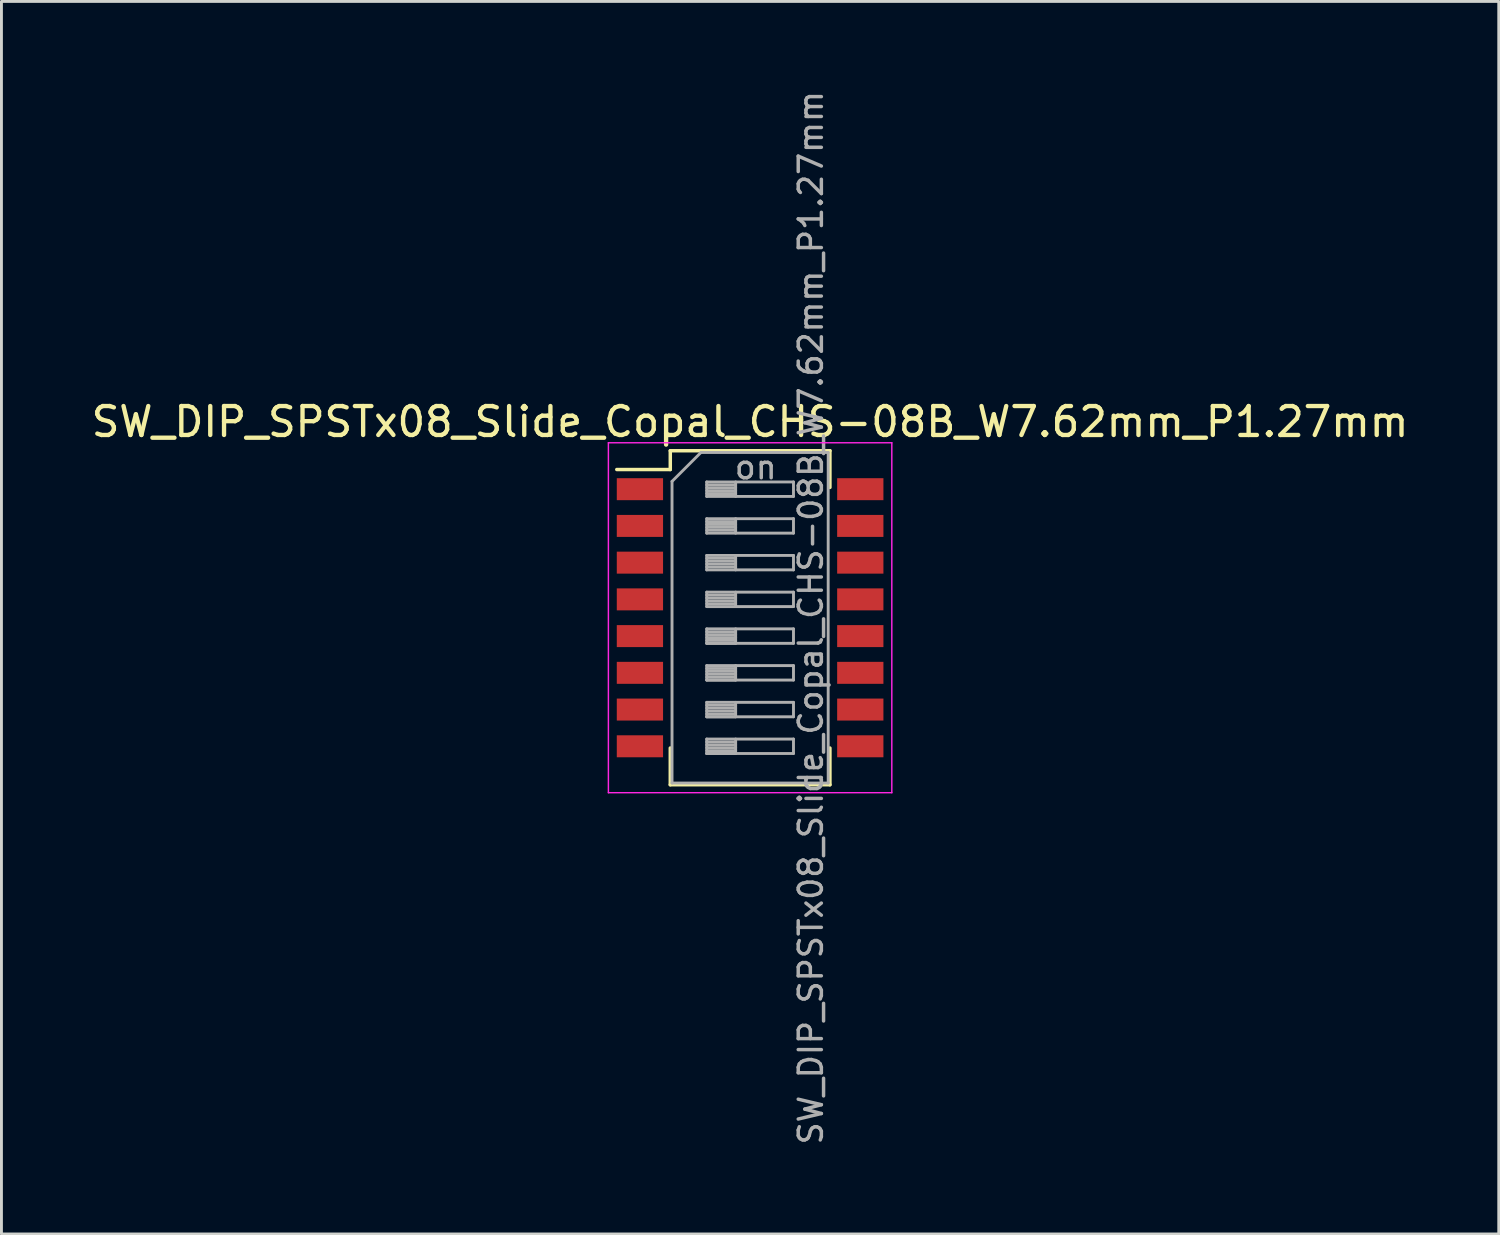
<source format=kicad_pcb>
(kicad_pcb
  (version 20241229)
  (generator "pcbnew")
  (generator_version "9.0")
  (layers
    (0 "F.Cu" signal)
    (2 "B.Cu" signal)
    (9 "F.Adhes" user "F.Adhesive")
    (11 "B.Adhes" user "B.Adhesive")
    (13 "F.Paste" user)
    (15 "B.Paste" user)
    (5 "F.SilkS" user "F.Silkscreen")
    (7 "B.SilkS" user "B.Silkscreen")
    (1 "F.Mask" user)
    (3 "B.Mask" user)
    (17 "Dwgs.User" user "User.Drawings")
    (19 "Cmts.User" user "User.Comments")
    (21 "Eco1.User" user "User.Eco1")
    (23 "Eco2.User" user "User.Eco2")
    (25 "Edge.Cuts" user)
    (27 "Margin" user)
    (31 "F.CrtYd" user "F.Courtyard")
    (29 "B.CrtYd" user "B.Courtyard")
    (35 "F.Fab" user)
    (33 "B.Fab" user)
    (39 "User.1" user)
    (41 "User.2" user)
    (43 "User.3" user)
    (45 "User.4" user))
  (footprint "SW_DIP_SPSTx08_Slide_Copal_CHS-08B_W7.62mm_P1.27mm"
    (layer "F.Cu")
    (at 22.887 18.31)
    (property "Reference" "SW_DIP_SPSTx08_Slide_Copal_CHS-08B_W7.62mm_P1.27mm" (at 0 -6.775 0) (layer "F.SilkS") (effects (font (size 1 1) (thickness 0.15))))
    (attr smd)
    (fp_line (start -4.61 -5.125) (end -2.76 -5.125) (stroke (width 0.12) (type solid)) (layer "F.SilkS"))
    (fp_line (start -2.76 -5.775) (end -2.76 -5.125) (stroke (width 0.12) (type solid)) (layer "F.SilkS"))
    (fp_line (start -2.76 -5.775) (end 2.76 -5.775) (stroke (width 0.12) (type solid)) (layer "F.SilkS"))
    (fp_line (start -2.76 4.505) (end -2.76 5.775) (stroke (width 0.12) (type solid)) (layer "F.SilkS"))
    (fp_line (start -2.76 5.775) (end 2.76 5.775) (stroke (width 0.12) (type solid)) (layer "F.SilkS"))
    (fp_line (start 2.76 -5.775) (end 2.76 -4.506) (stroke (width 0.12) (type solid)) (layer "F.SilkS"))
    (fp_line (start 2.76 4.505) (end 2.76 5.775) (stroke (width 0.12) (type solid)) (layer "F.SilkS"))
    (fp_line (start -4.9 -6.05) (end -4.9 6.05) (stroke (width 0.05) (type solid)) (layer "F.CrtYd"))
    (fp_line (start -4.9 6.05) (end 4.9 6.05) (stroke (width 0.05) (type solid)) (layer "F.CrtYd"))
    (fp_line (start 4.9 -6.05) (end -4.9 -6.05) (stroke (width 0.05) (type solid)) (layer "F.CrtYd"))
    (fp_line (start 4.9 6.05) (end 4.9 -6.05) (stroke (width 0.05) (type solid)) (layer "F.CrtYd"))
    (fp_line (start -2.7 -4.715) (end -1.7 -5.715) (stroke (width 0.1) (type solid)) (layer "F.Fab"))
    (fp_line (start -2.7 5.715) (end -2.7 -4.715) (stroke (width 0.1) (type solid)) (layer "F.Fab"))
    (fp_line (start -1.7 -5.715) (end 2.7 -5.715) (stroke (width 0.1) (type solid)) (layer "F.Fab"))
    (fp_line (start -1.5 -4.695) (end -1.5 -4.195) (stroke (width 0.1) (type solid)) (layer "F.Fab"))
    (fp_line (start -1.5 -4.595) (end -0.5 -4.595) (stroke (width 0.1) (type solid)) (layer "F.Fab"))
    (fp_line (start -1.5 -4.495) (end -0.5 -4.495) (stroke (width 0.1) (type solid)) (layer "F.Fab"))
    (fp_line (start -1.5 -4.395) (end -0.5 -4.395) (stroke (width 0.1) (type solid)) (layer "F.Fab"))
    (fp_line (start -1.5 -4.295) (end -0.5 -4.295) (stroke (width 0.1) (type solid)) (layer "F.Fab"))
    (fp_line (start -1.5 -4.195) (end 1.5 -4.195) (stroke (width 0.1) (type solid)) (layer "F.Fab"))
    (fp_line (start -1.5 -3.425) (end -1.5 -2.925) (stroke (width 0.1) (type solid)) (layer "F.Fab"))
    (fp_line (start -1.5 -3.325) (end -0.5 -3.325) (stroke (width 0.1) (type solid)) (layer "F.Fab"))
    (fp_line (start -1.5 -3.225) (end -0.5 -3.225) (stroke (width 0.1) (type solid)) (layer "F.Fab"))
    (fp_line (start -1.5 -3.125) (end -0.5 -3.125) (stroke (width 0.1) (type solid)) (layer "F.Fab"))
    (fp_line (start -1.5 -3.025) (end -0.5 -3.025) (stroke (width 0.1) (type solid)) (layer "F.Fab"))
    (fp_line (start -1.5 -2.925) (end 1.5 -2.925) (stroke (width 0.1) (type solid)) (layer "F.Fab"))
    (fp_line (start -1.5 -2.155) (end -1.5 -1.655) (stroke (width 0.1) (type solid)) (layer "F.Fab"))
    (fp_line (start -1.5 -2.055) (end -0.5 -2.055) (stroke (width 0.1) (type solid)) (layer "F.Fab"))
    (fp_line (start -1.5 -1.955) (end -0.5 -1.955) (stroke (width 0.1) (type solid)) (layer "F.Fab"))
    (fp_line (start -1.5 -1.855) (end -0.5 -1.855) (stroke (width 0.1) (type solid)) (layer "F.Fab"))
    (fp_line (start -1.5 -1.755) (end -0.5 -1.755) (stroke (width 0.1) (type solid)) (layer "F.Fab"))
    (fp_line (start -1.5 -1.655) (end 1.5 -1.655) (stroke (width 0.1) (type solid)) (layer "F.Fab"))
    (fp_line (start -1.5 -0.885) (end -1.5 -0.385) (stroke (width 0.1) (type solid)) (layer "F.Fab"))
    (fp_line (start -1.5 -0.785) (end -0.5 -0.785) (stroke (width 0.1) (type solid)) (layer "F.Fab"))
    (fp_line (start -1.5 -0.685) (end -0.5 -0.685) (stroke (width 0.1) (type solid)) (layer "F.Fab"))
    (fp_line (start -1.5 -0.585) (end -0.5 -0.585) (stroke (width 0.1) (type solid)) (layer "F.Fab"))
    (fp_line (start -1.5 -0.485) (end -0.5 -0.485) (stroke (width 0.1) (type solid)) (layer "F.Fab"))
    (fp_line (start -1.5 -0.385) (end 1.5 -0.385) (stroke (width 0.1) (type solid)) (layer "F.Fab"))
    (fp_line (start -1.5 0.385) (end -1.5 0.885) (stroke (width 0.1) (type solid)) (layer "F.Fab"))
    (fp_line (start -1.5 0.485) (end -0.5 0.485) (stroke (width 0.1) (type solid)) (layer "F.Fab"))
    (fp_line (start -1.5 0.585) (end -0.5 0.585) (stroke (width 0.1) (type solid)) (layer "F.Fab"))
    (fp_line (start -1.5 0.685) (end -0.5 0.685) (stroke (width 0.1) (type solid)) (layer "F.Fab"))
    (fp_line (start -1.5 0.785) (end -0.5 0.785) (stroke (width 0.1) (type solid)) (layer "F.Fab"))
    (fp_line (start -1.5 0.885) (end -0.5 0.885) (stroke (width 0.1) (type solid)) (layer "F.Fab"))
    (fp_line (start -1.5 0.885) (end 1.5 0.885) (stroke (width 0.1) (type solid)) (layer "F.Fab"))
    (fp_line (start -1.5 1.655) (end -1.5 2.155) (stroke (width 0.1) (type solid)) (layer "F.Fab"))
    (fp_line (start -1.5 1.755) (end -0.5 1.755) (stroke (width 0.1) (type solid)) (layer "F.Fab"))
    (fp_line (start -1.5 1.855) (end -0.5 1.855) (stroke (width 0.1) (type solid)) (layer "F.Fab"))
    (fp_line (start -1.5 1.955) (end -0.5 1.955) (stroke (width 0.1) (type solid)) (layer "F.Fab"))
    (fp_line (start -1.5 2.055) (end -0.5 2.055) (stroke (width 0.1) (type solid)) (layer "F.Fab"))
    (fp_line (start -1.5 2.155) (end -0.5 2.155) (stroke (width 0.1) (type solid)) (layer "F.Fab"))
    (fp_line (start -1.5 2.155) (end 1.5 2.155) (stroke (width 0.1) (type solid)) (layer "F.Fab"))
    (fp_line (start -1.5 2.925) (end -1.5 3.425) (stroke (width 0.1) (type solid)) (layer "F.Fab"))
    (fp_line (start -1.5 3.025) (end -0.5 3.025) (stroke (width 0.1) (type solid)) (layer "F.Fab"))
    (fp_line (start -1.5 3.125) (end -0.5 3.125) (stroke (width 0.1) (type solid)) (layer "F.Fab"))
    (fp_line (start -1.5 3.225) (end -0.5 3.225) (stroke (width 0.1) (type solid)) (layer "F.Fab"))
    (fp_line (start -1.5 3.325) (end -0.5 3.325) (stroke (width 0.1) (type solid)) (layer "F.Fab"))
    (fp_line (start -1.5 3.425) (end -0.5 3.425) (stroke (width 0.1) (type solid)) (layer "F.Fab"))
    (fp_line (start -1.5 3.425) (end 1.5 3.425) (stroke (width 0.1) (type solid)) (layer "F.Fab"))
    (fp_line (start -1.5 4.195) (end -1.5 4.695) (stroke (width 0.1) (type solid)) (layer "F.Fab"))
    (fp_line (start -1.5 4.295) (end -0.5 4.295) (stroke (width 0.1) (type solid)) (layer "F.Fab"))
    (fp_line (start -1.5 4.395) (end -0.5 4.395) (stroke (width 0.1) (type solid)) (layer "F.Fab"))
    (fp_line (start -1.5 4.495) (end -0.5 4.495) (stroke (width 0.1) (type solid)) (layer "F.Fab"))
    (fp_line (start -1.5 4.595) (end -0.5 4.595) (stroke (width 0.1) (type solid)) (layer "F.Fab"))
    (fp_line (start -1.5 4.695) (end -0.5 4.695) (stroke (width 0.1) (type solid)) (layer "F.Fab"))
    (fp_line (start -1.5 4.695) (end 1.5 4.695) (stroke (width 0.1) (type solid)) (layer "F.Fab"))
    (fp_line (start -0.5 -4.695) (end -0.5 -4.195) (stroke (width 0.1) (type solid)) (layer "F.Fab"))
    (fp_line (start -0.5 -3.425) (end -0.5 -2.925) (stroke (width 0.1) (type solid)) (layer "F.Fab"))
    (fp_line (start -0.5 -2.155) (end -0.5 -1.655) (stroke (width 0.1) (type solid)) (layer "F.Fab"))
    (fp_line (start -0.5 -0.885) (end -0.5 -0.385) (stroke (width 0.1) (type solid)) (layer "F.Fab"))
    (fp_line (start -0.5 0.385) (end -0.5 0.885) (stroke (width 0.1) (type solid)) (layer "F.Fab"))
    (fp_line (start -0.5 1.655) (end -0.5 2.155) (stroke (width 0.1) (type solid)) (layer "F.Fab"))
    (fp_line (start -0.5 2.925) (end -0.5 3.425) (stroke (width 0.1) (type solid)) (layer "F.Fab"))
    (fp_line (start -0.5 4.195) (end -0.5 4.695) (stroke (width 0.1) (type solid)) (layer "F.Fab"))
    (fp_line (start 1.5 -4.695) (end -1.5 -4.695) (stroke (width 0.1) (type solid)) (layer "F.Fab"))
    (fp_line (start 1.5 -4.195) (end 1.5 -4.695) (stroke (width 0.1) (type solid)) (layer "F.Fab"))
    (fp_line (start 1.5 -3.425) (end -1.5 -3.425) (stroke (width 0.1) (type solid)) (layer "F.Fab"))
    (fp_line (start 1.5 -2.925) (end 1.5 -3.425) (stroke (width 0.1) (type solid)) (layer "F.Fab"))
    (fp_line (start 1.5 -2.155) (end -1.5 -2.155) (stroke (width 0.1) (type solid)) (layer "F.Fab"))
    (fp_line (start 1.5 -1.655) (end 1.5 -2.155) (stroke (width 0.1) (type solid)) (layer "F.Fab"))
    (fp_line (start 1.5 -0.885) (end -1.5 -0.885) (stroke (width 0.1) (type solid)) (layer "F.Fab"))
    (fp_line (start 1.5 -0.385) (end 1.5 -0.885) (stroke (width 0.1) (type solid)) (layer "F.Fab"))
    (fp_line (start 1.5 0.385) (end -1.5 0.385) (stroke (width 0.1) (type solid)) (layer "F.Fab"))
    (fp_line (start 1.5 0.885) (end 1.5 0.385) (stroke (width 0.1) (type solid)) (layer "F.Fab"))
    (fp_line (start 1.5 1.655) (end -1.5 1.655) (stroke (width 0.1) (type solid)) (layer "F.Fab"))
    (fp_line (start 1.5 2.155) (end 1.5 1.655) (stroke (width 0.1) (type solid)) (layer "F.Fab"))
    (fp_line (start 1.5 2.925) (end -1.5 2.925) (stroke (width 0.1) (type solid)) (layer "F.Fab"))
    (fp_line (start 1.5 3.425) (end 1.5 2.925) (stroke (width 0.1) (type solid)) (layer "F.Fab"))
    (fp_line (start 1.5 4.195) (end -1.5 4.195) (stroke (width 0.1) (type solid)) (layer "F.Fab"))
    (fp_line (start 1.5 4.695) (end 1.5 4.195) (stroke (width 0.1) (type solid)) (layer "F.Fab"))
    (fp_line (start 2.7 -5.715) (end 2.7 5.715) (stroke (width 0.1) (type solid)) (layer "F.Fab"))
    (fp_line (start 2.7 5.715) (end -2.7 5.715) (stroke (width 0.1) (type solid)) (layer "F.Fab"))
    (fp_text user "on" (at 0.195 -5.205 0) (layer "F.Fab") (effects (font (size 0.8 0.8) (thickness 0.12))))
    (fp_text user "${REFERENCE}" (at 2.1 0 90) (layer "F.Fab") (effects (font (size 0.8 0.8) (thickness 0.12))))
    (pad "1" smd rect (at -3.81 -4.445) (size 1.6 0.76) (layers "F.Cu" "F.Mask" "F.Paste"))
    (pad "2" smd rect (at -3.81 -3.175) (size 1.6 0.76) (layers "F.Cu" "F.Mask" "F.Paste"))
    (pad "3" smd rect (at -3.81 -1.905) (size 1.6 0.76) (layers "F.Cu" "F.Mask" "F.Paste"))
    (pad "4" smd rect (at -3.81 -0.635) (size 1.6 0.76) (layers "F.Cu" "F.Mask" "F.Paste"))
    (pad "5" smd rect (at -3.81 0.635) (size 1.6 0.76) (layers "F.Cu" "F.Mask" "F.Paste"))
    (pad "6" smd rect (at -3.81 1.905) (size 1.6 0.76) (layers "F.Cu" "F.Mask" "F.Paste"))
    (pad "7" smd rect (at -3.81 3.175) (size 1.6 0.76) (layers "F.Cu" "F.Mask" "F.Paste"))
    (pad "8" smd rect (at -3.81 4.445) (size 1.6 0.76) (layers "F.Cu" "F.Mask" "F.Paste"))
    (pad "9" smd rect (at 3.81 4.445) (size 1.6 0.76) (layers "F.Cu" "F.Mask" "F.Paste"))
    (pad "10" smd rect (at 3.81 3.175) (size 1.6 0.76) (layers "F.Cu" "F.Mask" "F.Paste"))
    (pad "11" smd rect (at 3.81 1.905) (size 1.6 0.76) (layers "F.Cu" "F.Mask" "F.Paste"))
    (pad "12" smd rect (at 3.81 0.635) (size 1.6 0.76) (layers "F.Cu" "F.Mask" "F.Paste"))
    (pad "13" smd rect (at 3.81 -0.635) (size 1.6 0.76) (layers "F.Cu" "F.Mask" "F.Paste"))
    (pad "14" smd rect (at 3.81 -1.905) (size 1.6 0.76) (layers "F.Cu" "F.Mask" "F.Paste"))
    (pad "15" smd rect (at 3.81 -3.175) (size 1.6 0.76) (layers "F.Cu" "F.Mask" "F.Paste"))
    (pad "16" smd rect (at 3.81 -4.445) (size 1.6 0.76) (layers "F.Cu" "F.Mask" "F.Paste")))
  (gr_rect
    (start -3 -3)
    (end 48.774 39.619)
    (stroke (width 0.1) (type default))
    (fill no)
    (layer "Edge.Cuts")))
</source>
